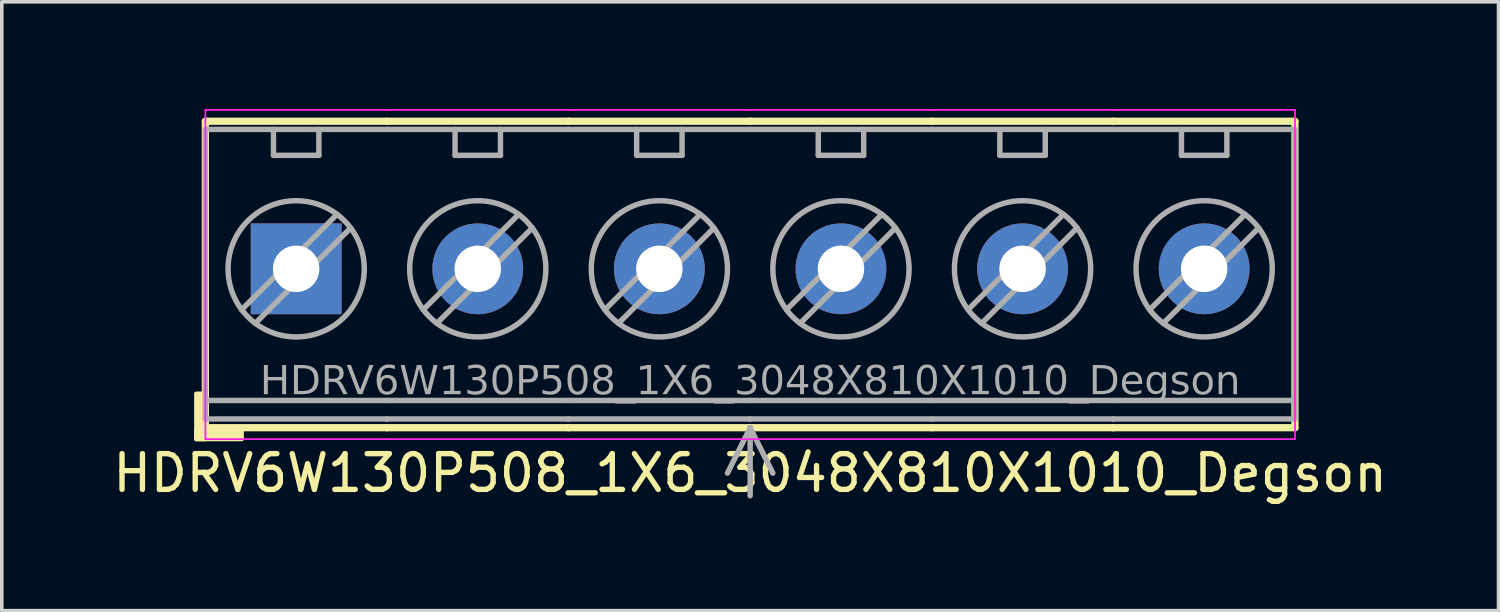
<source format=kicad_pcb>
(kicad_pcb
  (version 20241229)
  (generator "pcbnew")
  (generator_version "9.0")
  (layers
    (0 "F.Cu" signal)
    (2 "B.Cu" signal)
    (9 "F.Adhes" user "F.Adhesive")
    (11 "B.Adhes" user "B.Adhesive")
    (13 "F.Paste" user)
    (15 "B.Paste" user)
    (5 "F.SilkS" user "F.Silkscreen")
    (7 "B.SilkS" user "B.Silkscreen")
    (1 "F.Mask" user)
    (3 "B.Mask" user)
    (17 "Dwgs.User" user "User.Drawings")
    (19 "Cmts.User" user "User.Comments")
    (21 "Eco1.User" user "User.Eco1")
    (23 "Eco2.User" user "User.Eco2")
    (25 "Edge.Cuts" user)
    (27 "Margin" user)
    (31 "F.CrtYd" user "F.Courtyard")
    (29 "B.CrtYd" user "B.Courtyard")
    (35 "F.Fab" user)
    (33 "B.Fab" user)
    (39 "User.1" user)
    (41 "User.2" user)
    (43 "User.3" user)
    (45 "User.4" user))
  (footprint "HDRV6W130P508_1X6_3048X810X1010_Degson"
    (layer "F.Cu")
    (at 17.93 4.47)
    (property "Reference" "HDRV6W130P508_1X6_3048X810X1010_Degson" (at 0.005 5.715 0) (layer "F.SilkS") (effects (font (size 1 1) (thickness 0.15))))
    (attr through_hole)
    (fp_line (start -15.235 -4.128) (end -15.235 4.445) (stroke (width 0.203) (type solid)) (layer "F.SilkS"))
    (fp_line (start -15.235 4.445) (end -10.155 4.445) (stroke (width 0.203) (type solid)) (layer "F.SilkS"))
    (fp_line (start -10.16 -4.128) (end -15.235 -4.128) (stroke (width 0.203) (type solid)) (layer "F.SilkS"))
    (fp_line (start -10.16 -4.128) (end -5.075 -4.128) (stroke (width 0.203) (type solid)) (layer "F.SilkS"))
    (fp_line (start -5.08 -4.128) (end 0.005 -4.128) (stroke (width 0.203) (type solid)) (layer "F.SilkS"))
    (fp_line (start -5.075 4.445) (end -10.155 4.445) (stroke (width 0.203) (type solid)) (layer "F.SilkS"))
    (fp_line (start 0 -4.128) (end 5.085 -4.128) (stroke (width 0.203) (type solid)) (layer "F.SilkS"))
    (fp_line (start 0.005 4.445) (end -5.075 4.445) (stroke (width 0.203) (type solid)) (layer "F.SilkS"))
    (fp_line (start 5.08 -4.128) (end 10.165 -4.128) (stroke (width 0.203) (type solid)) (layer "F.SilkS"))
    (fp_line (start 5.085 4.445) (end 0.005 4.445) (stroke (width 0.203) (type solid)) (layer "F.SilkS"))
    (fp_line (start 10.16 -4.128) (end 15.245 -4.128) (stroke (width 0.203) (type solid)) (layer "F.SilkS"))
    (fp_line (start 10.165 4.445) (end 5.085 4.445) (stroke (width 0.203) (type solid)) (layer "F.SilkS"))
    (fp_line (start 15.245 -4.128) (end 15.245 4.445) (stroke (width 0.203) (type solid)) (layer "F.SilkS"))
    (fp_line (start 15.245 4.445) (end 10.165 4.445) (stroke (width 0.203) (type solid)) (layer "F.SilkS"))
    (fp_rect (start -15.235 3.493) (end -15.489 4.763) (stroke (width 0.12) (type solid)) (fill yes) (layer "F.SilkS"))
    (fp_rect (start -14.219 4.763) (end -15.489 4.508) (stroke (width 0.12) (type solid)) (fill yes) (layer "F.SilkS"))
    (fp_line (start -15.235 4.763) (end -15.235 -4.445) (stroke (width 0.05) (type solid)) (layer "F.CrtYd"))
    (fp_line (start -10.16 4.763) (end -15.235 4.763) (stroke (width 0.05) (type solid)) (layer "F.CrtYd"))
    (fp_line (start -10.16 4.763) (end -5.075 4.763) (stroke (width 0.05) (type solid)) (layer "F.CrtYd"))
    (fp_line (start -10.155 -4.445) (end -15.235 -4.445) (stroke (width 0.05) (type solid)) (layer "F.CrtYd"))
    (fp_line (start -10.155 -4.445) (end -5.075 -4.445) (stroke (width 0.05) (type solid)) (layer "F.CrtYd"))
    (fp_line (start -5.08 4.763) (end 0.005 4.763) (stroke (width 0.05) (type solid)) (layer "F.CrtYd"))
    (fp_line (start -5.075 -4.445) (end 0.005 -4.445) (stroke (width 0.05) (type solid)) (layer "F.CrtYd"))
    (fp_line (start 0 4.763) (end 5.085 4.763) (stroke (width 0.05) (type solid)) (layer "F.CrtYd"))
    (fp_line (start 0.005 -4.445) (end 5.085 -4.445) (stroke (width 0.05) (type solid)) (layer "F.CrtYd"))
    (fp_line (start 5.08 4.763) (end 10.165 4.763) (stroke (width 0.05) (type solid)) (layer "F.CrtYd"))
    (fp_line (start 5.085 -4.445) (end 10.165 -4.445) (stroke (width 0.05) (type solid)) (layer "F.CrtYd"))
    (fp_line (start 10.16 4.763) (end 15.245 4.763) (stroke (width 0.05) (type solid)) (layer "F.CrtYd"))
    (fp_line (start 10.165 -4.445) (end 15.245 -4.445) (stroke (width 0.05) (type solid)) (layer "F.CrtYd"))
    (fp_line (start 15.245 4.763) (end 15.245 -4.445) (stroke (width 0.05) (type solid)) (layer "F.CrtYd"))
    (fp_line (start -15.235 -3.9) (end -15.235 4.2) (stroke (width 0.152) (type solid)) (layer "F.Fab"))
    (fp_line (start -13.838 1.524) (end -11.171 -1.143) (stroke (width 0.152) (type default)) (layer "F.Fab"))
    (fp_line (start -13.33 -3.9) (end -13.33 -3.175) (stroke (width 0.152) (type default)) (layer "F.Fab"))
    (fp_line (start -13.33 -3.175) (end -12.06 -3.175) (stroke (width 0.152) (type default)) (layer "F.Fab"))
    (fp_line (start -12.06 -3.9) (end -12.06 -3.175) (stroke (width 0.152) (type default)) (layer "F.Fab"))
    (fp_line (start -11.552 -1.524) (end -14.219 1.143) (stroke (width 0.152) (type default)) (layer "F.Fab"))
    (fp_line (start -10.155 -3.9) (end -15.235 -3.9) (stroke (width 0.152) (type solid)) (layer "F.Fab"))
    (fp_line (start -10.155 -3.9) (end -5.075 -3.9) (stroke (width 0.152) (type solid)) (layer "F.Fab"))
    (fp_line (start -10.155 3.683) (end -15.235 3.683) (stroke (width 0.152) (type solid)) (layer "F.Fab"))
    (fp_line (start -10.155 3.683) (end -5.075 3.683) (stroke (width 0.152) (type solid)) (layer "F.Fab"))
    (fp_line (start -10.155 4.2) (end -15.235 4.2) (stroke (width 0.152) (type solid)) (layer "F.Fab"))
    (fp_line (start -10.155 4.2) (end -5.075 4.2) (stroke (width 0.152) (type solid)) (layer "F.Fab"))
    (fp_line (start -8.758 1.524) (end -6.091 -1.143) (stroke (width 0.152) (type default)) (layer "F.Fab"))
    (fp_line (start -8.25 -3.9) (end -8.25 -3.175) (stroke (width 0.152) (type default)) (layer "F.Fab"))
    (fp_line (start -8.25 -3.175) (end -6.98 -3.175) (stroke (width 0.152) (type default)) (layer "F.Fab"))
    (fp_line (start -6.98 -3.9) (end -6.98 -3.175) (stroke (width 0.152) (type default)) (layer "F.Fab"))
    (fp_line (start -6.472 -1.524) (end -9.139 1.143) (stroke (width 0.152) (type default)) (layer "F.Fab"))
    (fp_line (start -5.075 -3.9) (end 0.005 -3.9) (stroke (width 0.152) (type solid)) (layer "F.Fab"))
    (fp_line (start -5.075 3.683) (end 0.005 3.683) (stroke (width 0.152) (type solid)) (layer "F.Fab"))
    (fp_line (start -5.075 4.2) (end 0.005 4.2) (stroke (width 0.152) (type solid)) (layer "F.Fab"))
    (fp_line (start -3.678 1.524) (end -1.011 -1.143) (stroke (width 0.152) (type default)) (layer "F.Fab"))
    (fp_line (start -3.17 -3.9) (end -3.17 -3.175) (stroke (width 0.152) (type default)) (layer "F.Fab"))
    (fp_line (start -3.17 -3.175) (end -1.9 -3.175) (stroke (width 0.152) (type default)) (layer "F.Fab"))
    (fp_line (start -1.9 -3.9) (end -1.9 -3.175) (stroke (width 0.152) (type default)) (layer "F.Fab"))
    (fp_line (start -1.392 -1.524) (end -4.059 1.143) (stroke (width 0.152) (type default)) (layer "F.Fab"))
    (fp_line (start 0.005 -3.9) (end 5.085 -3.9) (stroke (width 0.152) (type solid)) (layer "F.Fab"))
    (fp_line (start 0.005 3.683) (end 5.085 3.683) (stroke (width 0.152) (type solid)) (layer "F.Fab"))
    (fp_line (start 0.005 4.2) (end 5.085 4.2) (stroke (width 0.152) (type solid)) (layer "F.Fab"))
    (fp_line (start 0.005 4.445) (end -0.63 5.715) (stroke (width 0.152) (type default)) (layer "F.Fab"))
    (fp_line (start 0.005 4.445) (end 0.005 6.35) (stroke (width 0.152) (type default)) (layer "F.Fab"))
    (fp_line (start 0.005 4.445) (end 0.64 5.715) (stroke (width 0.152) (type default)) (layer "F.Fab"))
    (fp_line (start 1.402 1.524) (end 4.069 -1.143) (stroke (width 0.152) (type default)) (layer "F.Fab"))
    (fp_line (start 1.91 -3.9) (end 1.91 -3.175) (stroke (width 0.152) (type default)) (layer "F.Fab"))
    (fp_line (start 1.91 -3.175) (end 3.18 -3.175) (stroke (width 0.152) (type default)) (layer "F.Fab"))
    (fp_line (start 3.18 -3.9) (end 3.18 -3.175) (stroke (width 0.152) (type default)) (layer "F.Fab"))
    (fp_line (start 3.688 -1.524) (end 1.021 1.143) (stroke (width 0.152) (type default)) (layer "F.Fab"))
    (fp_line (start 5.085 -3.9) (end 10.165 -3.9) (stroke (width 0.152) (type solid)) (layer "F.Fab"))
    (fp_line (start 5.085 3.683) (end 10.165 3.683) (stroke (width 0.152) (type solid)) (layer "F.Fab"))
    (fp_line (start 5.085 4.2) (end 10.165 4.2) (stroke (width 0.152) (type solid)) (layer "F.Fab"))
    (fp_line (start 6.482 1.524) (end 9.149 -1.143) (stroke (width 0.152) (type default)) (layer "F.Fab"))
    (fp_line (start 6.99 -3.9) (end 6.99 -3.175) (stroke (width 0.152) (type default)) (layer "F.Fab"))
    (fp_line (start 6.99 -3.175) (end 8.26 -3.175) (stroke (width 0.152) (type default)) (layer "F.Fab"))
    (fp_line (start 8.26 -3.9) (end 8.26 -3.175) (stroke (width 0.152) (type default)) (layer "F.Fab"))
    (fp_line (start 8.768 -1.524) (end 6.101 1.143) (stroke (width 0.152) (type default)) (layer "F.Fab"))
    (fp_line (start 10.165 -3.9) (end 15.245 -3.9) (stroke (width 0.152) (type solid)) (layer "F.Fab"))
    (fp_line (start 10.165 3.683) (end 15.245 3.683) (stroke (width 0.152) (type solid)) (layer "F.Fab"))
    (fp_line (start 10.165 4.2) (end 15.245 4.2) (stroke (width 0.152) (type solid)) (layer "F.Fab"))
    (fp_line (start 11.562 1.524) (end 14.229 -1.143) (stroke (width 0.152) (type default)) (layer "F.Fab"))
    (fp_line (start 12.07 -3.9) (end 12.07 -3.175) (stroke (width 0.152) (type default)) (layer "F.Fab"))
    (fp_line (start 12.07 -3.175) (end 13.34 -3.175) (stroke (width 0.152) (type default)) (layer "F.Fab"))
    (fp_line (start 13.34 -3.9) (end 13.34 -3.175) (stroke (width 0.152) (type default)) (layer "F.Fab"))
    (fp_line (start 13.848 -1.524) (end 11.181 1.143) (stroke (width 0.152) (type default)) (layer "F.Fab"))
    (fp_line (start 15.245 -3.9) (end 15.245 4.2) (stroke (width 0.152) (type solid)) (layer "F.Fab"))
    (fp_rect (start -12.949 -0.254) (end -12.441 0.254) (stroke (width 0.152) (type solid)) (fill no) (layer "F.Fab"))
    (fp_rect (start -7.361 -0.254) (end -7.869 0.254) (stroke (width 0.152) (type solid)) (fill no) (layer "F.Fab"))
    (fp_rect (start -2.281 -0.254) (end -2.789 0.254) (stroke (width 0.152) (type solid)) (fill no) (layer "F.Fab"))
    (fp_rect (start 2.799 -0.254) (end 2.291 0.254) (stroke (width 0.152) (type solid)) (fill no) (layer "F.Fab"))
    (fp_rect (start 7.879 -0.254) (end 7.371 0.254) (stroke (width 0.152) (type solid)) (fill no) (layer "F.Fab"))
    (fp_rect (start 12.959 -0.254) (end 12.451 0.254) (stroke (width 0.152) (type solid)) (fill no) (layer "F.Fab"))
    (fp_circle (center -12.695 0) (end -10.79 0) (stroke (width 0.152) (type default)) (fill no) (layer "F.Fab"))
    (fp_circle (center -7.615 0) (end -5.71 0) (stroke (width 0.152) (type default)) (fill no) (layer "F.Fab"))
    (fp_circle (center -2.535 0) (end -0.63 0) (stroke (width 0.152) (type default)) (fill no) (layer "F.Fab"))
    (fp_circle (center 2.545 0) (end 4.45 0) (stroke (width 0.152) (type default)) (fill no) (layer "F.Fab"))
    (fp_circle (center 7.625 0) (end 9.53 0) (stroke (width 0.152) (type default)) (fill no) (layer "F.Fab"))
    (fp_circle (center 12.705 0) (end 14.61 0) (stroke (width 0.152) (type default)) (fill no) (layer "F.Fab"))
    (fp_text user "${REFERENCE}" (at 0.005 3.175 0) (layer "F.Fab") (effects (font (face "Tahoma") (size 0.8 0.8) (thickness 0.15))))
    (pad "1" thru_hole rect (at -12.695 0) (size 2.54 2.54) (drill 1.3) (layers "*.Cu" "*.Mask"))
    (pad "2" thru_hole circle (at -7.615 0) (size 2.54 2.54) (drill 1.3) (layers "*.Cu" "*.Mask"))
    (pad "3" thru_hole circle (at -2.535 0) (size 2.54 2.54) (drill 1.3) (layers "*.Cu" "*.Mask"))
    (pad "4" thru_hole circle (at 2.545 0) (size 2.54 2.54) (drill 1.3) (layers "*.Cu" "*.Mask"))
    (pad "5" thru_hole circle (at 7.625 0) (size 2.54 2.54) (drill 1.3) (layers "*.Cu" "*.Mask"))
    (pad "6" thru_hole circle (at 12.705 0) (size 2.54 2.54) (drill 1.3) (layers "*.Cu" "*.Mask")))
  (gr_rect
    (start -3 -3)
    (end 38.869 14.033)
    (stroke (width 0.1) (type default))
    (fill no)
    (layer "Edge.Cuts")))
</source>
